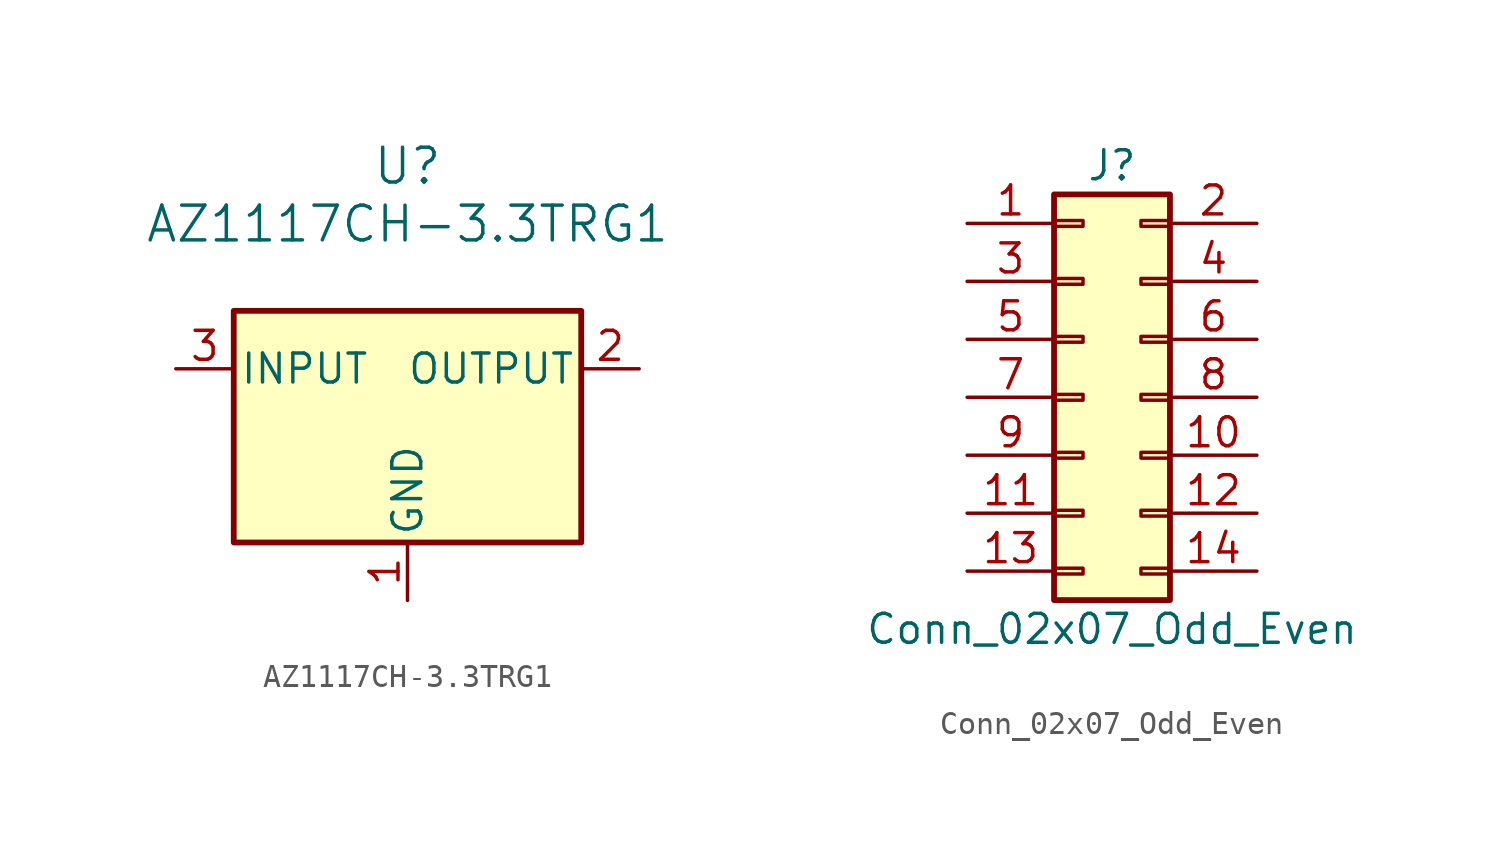
<source format=kicad_sym>
(kicad_symbol_lib
  (version 20241209)
  (generator "kicad_symbol_editor")
  (generator_version "9.0")
  (symbol "AZ1117CH-3.3TRG1"
    (pin_names
      (offset 0.254))
    (property "Reference" "U"
      (at 0 11.43 0)
      (effects (font (size 1.524 1.524))))
    (property "Value" "AZ1117CH-3.3TRG1"
      (at 0 8.89 0)
      (effects (font (size 1.524 1.524))))
    (symbol "AZ1117CH-3.3TRG1_0_1"
      (rectangle (start -7.62 5.08) (end 7.62 -5.08) (stroke (width 0.254) (type default)) (fill (type background))))
    (symbol "AZ1117CH-3.3TRG1_1_1"
      (pin input line (at -10.16 2.54 0) (length 2.54) (name "INPUT" (effects (font (size 1.27 1.27)))) (number "3" (effects (font (size 1.27 1.27)))))
      (pin no_connect line (at -3.81 -7.62 90) (length 2.54) (hide yes) (name "EPAD" (effects (font (size 1.27 1.27)))) (number "4" (effects (font (size 1.27 1.27)))))
      (pin power_out line (at 0 -7.62 90) (length 2.54) (name "GND" (effects (font (size 1.27 1.27)))) (number "1" (effects (font (size 1.27 1.27)))))
      (pin output line (at 10.16 2.54 180) (length 2.54) (name "OUTPUT" (effects (font (size 1.27 1.27)))) (number "2" (effects (font (size 1.27 1.27)))))))
  (symbol "Conn_02x07_Odd_Even"
    (pin_names
      (offset 1.016)
      (hide yes))
    (property "Reference" "J"
      (at 1.27 10.16 0)
      (effects (font (size 1.27 1.27))))
    (property "Value" "Conn_02x07_Odd_Even"
      (at 1.27 -10.16 0)
      (effects (font (size 1.27 1.27))))
    (symbol "Conn_02x07_Odd_Even_1_1"
      (rectangle (start -1.27 8.89) (end 3.81 -8.89) (stroke (width 0.254) (type default)) (fill (type background)))
      (rectangle (start -1.27 7.747) (end 0 7.493) (stroke (width 0.152) (type default)) (fill (type none)))
      (rectangle (start -1.27 5.207) (end 0 4.953) (stroke (width 0.152) (type default)) (fill (type none)))
      (rectangle (start -1.27 2.667) (end 0 2.413) (stroke (width 0.152) (type default)) (fill (type none)))
      (rectangle (start -1.27 0.127) (end 0 -0.127) (stroke (width 0.152) (type default)) (fill (type none)))
      (rectangle (start -1.27 -2.413) (end 0 -2.667) (stroke (width 0.152) (type default)) (fill (type none)))
      (rectangle (start -1.27 -4.953) (end 0 -5.207) (stroke (width 0.152) (type default)) (fill (type none)))
      (rectangle (start -1.27 -7.493) (end 0 -7.747) (stroke (width 0.152) (type default)) (fill (type none)))
      (rectangle (start 3.81 7.747) (end 2.54 7.493) (stroke (width 0.152) (type default)) (fill (type none)))
      (rectangle (start 3.81 5.207) (end 2.54 4.953) (stroke (width 0.152) (type default)) (fill (type none)))
      (rectangle (start 3.81 2.667) (end 2.54 2.413) (stroke (width 0.152) (type default)) (fill (type none)))
      (rectangle (start 3.81 0.127) (end 2.54 -0.127) (stroke (width 0.152) (type default)) (fill (type none)))
      (rectangle (start 3.81 -2.413) (end 2.54 -2.667) (stroke (width 0.152) (type default)) (fill (type none)))
      (rectangle (start 3.81 -4.953) (end 2.54 -5.207) (stroke (width 0.152) (type default)) (fill (type none)))
      (rectangle (start 3.81 -7.493) (end 2.54 -7.747) (stroke (width 0.152) (type default)) (fill (type none)))
      (pin passive line (at -5.08 7.62 0) (length 3.81) (name "Pin_1" (effects (font (size 1.27 1.27)))) (number "1" (effects (font (size 1.27 1.27)))))
      (pin passive line (at -5.08 5.08 0) (length 3.81) (name "Pin_3" (effects (font (size 1.27 1.27)))) (number "3" (effects (font (size 1.27 1.27)))))
      (pin passive line (at -5.08 2.54 0) (length 3.81) (name "Pin_5" (effects (font (size 1.27 1.27)))) (number "5" (effects (font (size 1.27 1.27)))))
      (pin passive line (at -5.08 0 0) (length 3.81) (name "Pin_7" (effects (font (size 1.27 1.27)))) (number "7" (effects (font (size 1.27 1.27)))))
      (pin passive line (at -5.08 -2.54 0) (length 3.81) (name "Pin_9" (effects (font (size 1.27 1.27)))) (number "9" (effects (font (size 1.27 1.27)))))
      (pin passive line (at -5.08 -5.08 0) (length 3.81) (name "Pin_11" (effects (font (size 1.27 1.27)))) (number "11" (effects (font (size 1.27 1.27)))))
      (pin passive line (at -5.08 -7.62 0) (length 3.81) (name "Pin_13" (effects (font (size 1.27 1.27)))) (number "13" (effects (font (size 1.27 1.27)))))
      (pin passive line (at 7.62 7.62 180) (length 3.81) (name "Pin_2" (effects (font (size 1.27 1.27)))) (number "2" (effects (font (size 1.27 1.27)))))
      (pin passive line (at 7.62 5.08 180) (length 3.81) (name "Pin_4" (effects (font (size 1.27 1.27)))) (number "4" (effects (font (size 1.27 1.27)))))
      (pin passive line (at 7.62 2.54 180) (length 3.81) (name "Pin_6" (effects (font (size 1.27 1.27)))) (number "6" (effects (font (size 1.27 1.27)))))
      (pin passive line (at 7.62 0 180) (length 3.81) (name "Pin_8" (effects (font (size 1.27 1.27)))) (number "8" (effects (font (size 1.27 1.27)))))
      (pin passive line (at 7.62 -2.54 180) (length 3.81) (name "Pin_10" (effects (font (size 1.27 1.27)))) (number "10" (effects (font (size 1.27 1.27)))))
      (pin passive line (at 7.62 -5.08 180) (length 3.81) (name "Pin_12" (effects (font (size 1.27 1.27)))) (number "12" (effects (font (size 1.27 1.27)))))
      (pin passive line (at 7.62 -7.62 180) (length 3.81) (name "Pin_14" (effects (font (size 1.27 1.27)))) (number "14" (effects (font (size 1.27 1.27))))))))
</source>
